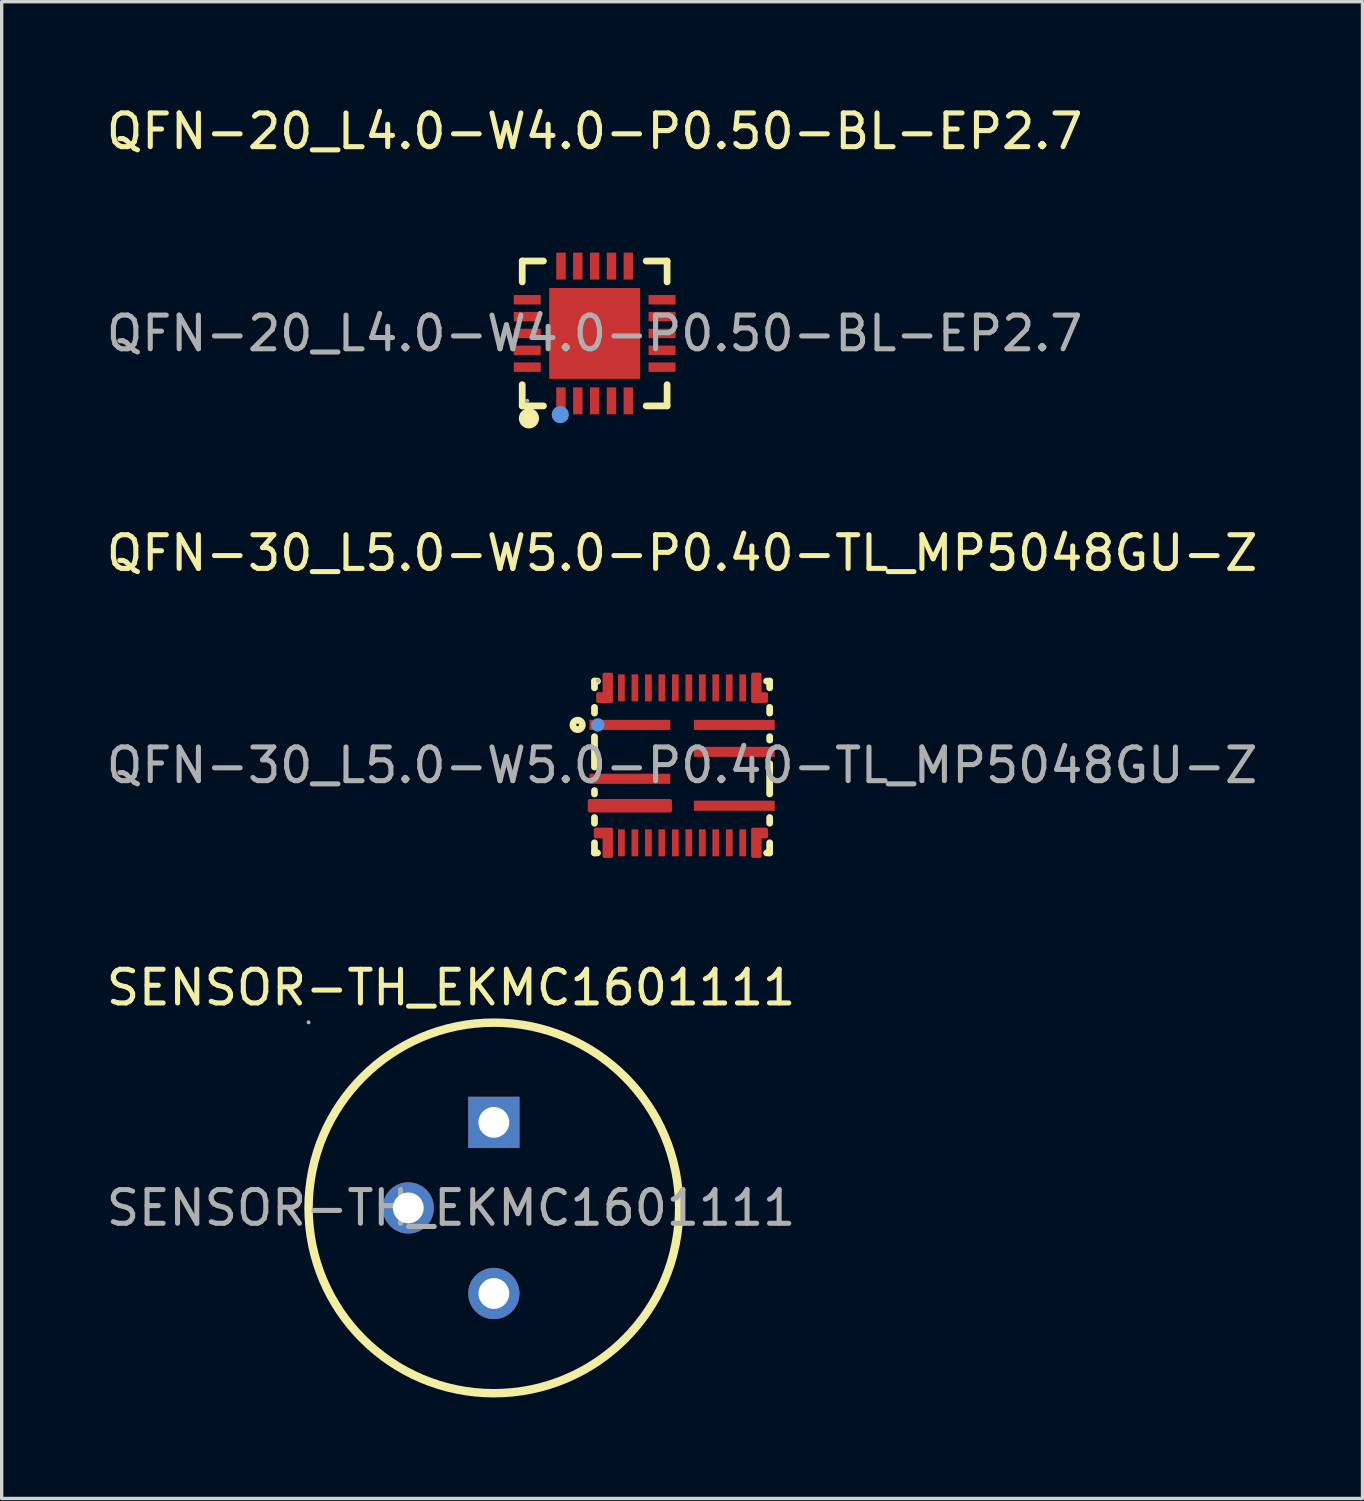
<source format=kicad_pcb>
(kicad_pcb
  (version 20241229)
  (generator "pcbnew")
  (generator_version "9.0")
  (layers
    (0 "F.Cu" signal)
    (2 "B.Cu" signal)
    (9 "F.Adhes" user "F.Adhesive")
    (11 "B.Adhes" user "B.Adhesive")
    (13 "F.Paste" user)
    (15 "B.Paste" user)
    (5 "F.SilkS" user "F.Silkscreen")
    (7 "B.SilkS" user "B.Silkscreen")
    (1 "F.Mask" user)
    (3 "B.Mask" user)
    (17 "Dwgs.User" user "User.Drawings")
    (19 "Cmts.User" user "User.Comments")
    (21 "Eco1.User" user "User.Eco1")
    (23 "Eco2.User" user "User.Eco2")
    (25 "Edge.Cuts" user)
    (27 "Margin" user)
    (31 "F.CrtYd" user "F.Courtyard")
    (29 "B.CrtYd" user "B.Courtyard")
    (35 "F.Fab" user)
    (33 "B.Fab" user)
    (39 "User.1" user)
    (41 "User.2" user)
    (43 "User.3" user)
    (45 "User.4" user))
  (footprint "QFN-20_L4.0-W4.0-P0.50-BL-EP2.7"
    (layer "F.Cu")
    (at 14.601 6.848)
    (property "Reference" "QFN-20_L4.0-W4.0-P0.50-BL-EP2.7" (at 0 -6 0) (layer "F.SilkS") (effects (font (size 1 1) (thickness 0.15))))
    (attr smd)
    (fp_line (start -2.15 -2.15) (end -2.15 -1.53) (stroke (width 0.2) (type solid)) (layer "F.SilkS"))
    (fp_line (start -2.15 2.15) (end -2.15 1.52) (stroke (width 0.2) (type solid)) (layer "F.SilkS"))
    (fp_line (start -1.52 -2.15) (end -2.15 -2.15) (stroke (width 0.2) (type solid)) (layer "F.SilkS"))
    (fp_line (start -1.52 2.15) (end -2.15 2.15) (stroke (width 0.2) (type solid)) (layer "F.SilkS"))
    (fp_line (start 1.53 2.15) (end 2.15 2.15) (stroke (width 0.2) (type solid)) (layer "F.SilkS"))
    (fp_line (start 2.15 -2.15) (end 1.53 -2.15) (stroke (width 0.2) (type solid)) (layer "F.SilkS"))
    (fp_line (start 2.15 -1.53) (end 2.15 -2.15) (stroke (width 0.2) (type solid)) (layer "F.SilkS"))
    (fp_line (start 2.15 2.15) (end 2.15 1.52) (stroke (width 0.2) (type solid)) (layer "F.SilkS"))
    (fp_arc (start -1.95 2.52) (mid -1.95 2.52) (end -1.95 2.52) (stroke (width 0.3) (type solid)) (layer "F.SilkS"))
    (fp_circle (center -1.02 2.41) (end -0.89 2.41) (stroke (width 0.25) (type solid)) (fill no) (layer "Cmts.User"))
    (fp_circle (center -2 2) (end -1.97 2) (stroke (width 0.06) (type solid)) (fill no) (layer "F.Fab"))
    (fp_text user "${REFERENCE}" (at 0 0 0) (layer "F.Fab") (effects (font (size 1 1) (thickness 0.15))))
    (pad "1" smd rect (at -1 2) (size 0.28 0.8) (layers "F.Cu" "F.Mask" "F.Paste"))
    (pad "2" smd rect (at -0.5 2) (size 0.28 0.8) (layers "F.Cu" "F.Mask" "F.Paste"))
    (pad "3" smd rect (at 0 2) (size 0.28 0.8) (layers "F.Cu" "F.Mask" "F.Paste"))
    (pad "4" smd rect (at 0.5 2) (size 0.28 0.8) (layers "F.Cu" "F.Mask" "F.Paste"))
    (pad "5" smd rect (at 1 2) (size 0.28 0.8) (layers "F.Cu" "F.Mask" "F.Paste"))
    (pad "6" smd rect (at 2 1) (size 0.8 0.28) (layers "F.Cu" "F.Mask" "F.Paste"))
    (pad "7" smd rect (at 2 0.5) (size 0.8 0.28) (layers "F.Cu" "F.Mask" "F.Paste"))
    (pad "8" smd rect (at 2 0) (size 0.8 0.28) (layers "F.Cu" "F.Mask" "F.Paste"))
    (pad "9" smd rect (at 2 -0.5) (size 0.8 0.28) (layers "F.Cu" "F.Mask" "F.Paste"))
    (pad "10" smd rect (at 2 -1) (size 0.8 0.28) (layers "F.Cu" "F.Mask" "F.Paste"))
    (pad "11" smd rect (at 1 -2) (size 0.28 0.8) (layers "F.Cu" "F.Mask" "F.Paste"))
    (pad "12" smd rect (at 0.5 -2) (size 0.28 0.8) (layers "F.Cu" "F.Mask" "F.Paste"))
    (pad "13" smd rect (at 0 -2) (size 0.28 0.8) (layers "F.Cu" "F.Mask" "F.Paste"))
    (pad "14" smd rect (at -0.5 -2) (size 0.28 0.8) (layers "F.Cu" "F.Mask" "F.Paste"))
    (pad "15" smd rect (at -1 -2) (size 0.28 0.8) (layers "F.Cu" "F.Mask" "F.Paste"))
    (pad "16" smd rect (at -2 -1) (size 0.8 0.28) (layers "F.Cu" "F.Mask" "F.Paste"))
    (pad "17" smd rect (at -2 -0.5) (size 0.8 0.28) (layers "F.Cu" "F.Mask" "F.Paste"))
    (pad "18" smd rect (at -2 0) (size 0.8 0.28) (layers "F.Cu" "F.Mask" "F.Paste"))
    (pad "19" smd rect (at -2 0.5) (size 0.8 0.28) (layers "F.Cu" "F.Mask" "F.Paste"))
    (pad "20" smd rect (at -2 1) (size 0.8 0.28) (layers "F.Cu" "F.Mask" "F.Paste"))
    (pad "21" smd rect (at 0 0) (size 2.7 2.7) (layers "F.Cu" "F.Mask" "F.Paste")))
  (footprint "SENSOR-TH_EKMC1601111"
    (layer "F.Cu")
    (at 10.339 32.805)
    (property "Reference" "SENSOR-TH_EKMC1601111" (at 0 -6.54 0) (layer "F.SilkS") (effects (font (size 1 1) (thickness 0.15))))
    (attr through_hole)
    (fp_circle (center 1.27 0) (end 6.77 0) (stroke (width 0.25) (type solid)) (fill no) (layer "F.SilkS"))
    (fp_circle (center -4.23 -5.51) (end -4.2 -5.51) (stroke (width 0.06) (type solid)) (fill no) (layer "F.Fab"))
    (fp_circle (center -1.27 0) (end -1.16 0) (stroke (width 0.22) (type solid)) (fill no) (layer "F.Fab"))
    (fp_circle (center 1.27 -2.54) (end 1.38 -2.54) (stroke (width 0.22) (type solid)) (fill no) (layer "F.Fab"))
    (fp_circle (center 1.27 2.54) (end 1.38 2.54) (stroke (width 0.22) (type solid)) (fill no) (layer "F.Fab"))
    (fp_text user "${REFERENCE}" (at 0 0 0) (layer "F.Fab") (effects (font (size 1 1) (thickness 0.15))))
    (pad "1" thru_hole rect (at 1.27 -2.54) (size 1.52 1.52) (drill 0.914) (layers "*.Cu" "*.Mask"))
    (pad "2" thru_hole circle (at -1.27 0) (size 1.52 1.52) (drill 0.914) (layers "*.Cu" "*.Mask"))
    (pad "3" thru_hole circle (at 1.27 2.54) (size 1.52 1.52) (drill 0.914) (layers "*.Cu" "*.Mask")))
  (footprint "QFN-30_L5.0-W5.0-P0.40-TL_MP5048GU-Z"
    (layer "F.Cu")
    (at 17.196 19.667)
    (property "Reference" "QFN-30_L5.0-W5.0-P0.40-TL_MP5048GU-Z" (at 0 -6.3 0) (layer "F.SilkS") (effects (font (size 1 1) (thickness 0.15))))
    (attr smd)
    (fp_line (start -2.6 -2.5) (end -2.51 -2.5) (stroke (width 0.2) (type solid)) (layer "F.SilkS"))
    (fp_line (start -2.6 -2.3) (end -2.6 -2.5) (stroke (width 0.2) (type solid)) (layer "F.SilkS"))
    (fp_line (start -2.6 -1.55) (end -2.6 -1.72) (stroke (width 0.2) (type solid)) (layer "F.SilkS"))
    (fp_line (start -2.6 0.05) (end -2.6 -0.85) (stroke (width 0.2) (type solid)) (layer "F.SilkS"))
    (fp_line (start -2.6 0.85) (end -2.6 0.75) (stroke (width 0.2) (type solid)) (layer "F.SilkS"))
    (fp_line (start -2.6 1.72) (end -2.6 1.55) (stroke (width 0.2) (type solid)) (layer "F.SilkS"))
    (fp_line (start -2.6 2.6) (end -2.6 2.3) (stroke (width 0.2) (type solid)) (layer "F.SilkS"))
    (fp_line (start -2.51 2.6) (end -2.6 2.6) (stroke (width 0.2) (type solid)) (layer "F.SilkS"))
    (fp_line (start 2.51 -2.5) (end 2.6 -2.5) (stroke (width 0.2) (type solid)) (layer "F.SilkS"))
    (fp_line (start 2.6 -2.5) (end 2.6 -2.3) (stroke (width 0.2) (type solid)) (layer "F.SilkS"))
    (fp_line (start 2.6 -1.72) (end 2.6 -1.55) (stroke (width 0.2) (type solid)) (layer "F.SilkS"))
    (fp_line (start 2.6 -0.85) (end 2.6 -0.75) (stroke (width 0.2) (type solid)) (layer "F.SilkS"))
    (fp_line (start 2.6 -0.05) (end 2.6 0.85) (stroke (width 0.2) (type solid)) (layer "F.SilkS"))
    (fp_line (start 2.6 1.55) (end 2.6 1.72) (stroke (width 0.2) (type solid)) (layer "F.SilkS"))
    (fp_line (start 2.6 2.3) (end 2.6 2.6) (stroke (width 0.2) (type solid)) (layer "F.SilkS"))
    (fp_line (start 2.6 2.6) (end 2.51 2.6) (stroke (width 0.2) (type solid)) (layer "F.SilkS"))
    (fp_circle (center -3.1 -1.2) (end -2.96 -1.2) (stroke (width 0.2) (type solid)) (fill no) (layer "F.SilkS"))
    (fp_circle (center -2.5 -1.2) (end -2.4 -1.2) (stroke (width 0.2) (type solid)) (fill no) (layer "Cmts.User"))
    (fp_circle (center -2.5 -2.51) (end -2.47 -2.51) (stroke (width 0.06) (type solid)) (fill no) (layer "F.Fab"))
    (fp_text user "${REFERENCE}" (at 0 0 0) (layer "F.Fab") (effects (font (size 1 1) (thickness 0.15))))
    (pad "1" smd rect (at -1.55 -1.2) (size 2.4 0.3) (layers "F.Cu" "F.Mask" "F.Paste"))
    (pad "2" smd rect (at -1.55 0.4) (size 2.4 0.3) (layers "F.Cu" "F.Mask" "F.Paste"))
    (pad "3" smd custom (at -1.55 1.2) (size 0.01 0.01) (layers "F.Cu" "F.Mask" "F.Paste") (options (anchor circle)) (primitives (gr_poly (pts (xy -1.2 -0.15) (xy 1.2 -0.15) (xy 1.2 0.15) (xy -1.2 0.15)) (width 0.1) (fill yes))))
    (pad "4" smd custom (at -2.3 2.3) (size 0.01 0.01) (layers "F.Cu" "F.Mask" "F.Paste") (options (anchor circle)) (primitives (gr_poly (pts (xy -0.01 0.21) (xy -0.01 -0.18) (xy -0.27 -0.18) (xy -0.27 -0.4) (xy 0.2 -0.4) (xy 0.2 0.4) (xy -0.01 0.4)) (width 0.1) (fill yes))))
    (pad "5" smd rect (at -1.8 2.3 90) (size 0.8 0.2) (layers "F.Cu" "F.Mask" "F.Paste"))
    (pad "6" smd rect (at -1.4 2.3 90) (size 0.8 0.2) (layers "F.Cu" "F.Mask" "F.Paste"))
    (pad "7" smd rect (at -1 2.3 90) (size 0.8 0.2) (layers "F.Cu" "F.Mask" "F.Paste"))
    (pad "8" smd rect (at -0.6 2.3 90) (size 0.8 0.2) (layers "F.Cu" "F.Mask" "F.Paste"))
    (pad "9" smd rect (at -0.2 2.3 90) (size 0.8 0.2) (layers "F.Cu" "F.Mask" "F.Paste"))
    (pad "10" smd rect (at 0.2 2.3 90) (size 0.8 0.2) (layers "F.Cu" "F.Mask" "F.Paste"))
    (pad "11" smd rect (at 0.6 2.3 90) (size 0.8 0.2) (layers "F.Cu" "F.Mask" "F.Paste"))
    (pad "12" smd rect (at 1 2.3 90) (size 0.8 0.2) (layers "F.Cu" "F.Mask" "F.Paste"))
    (pad "13" smd rect (at 1.4 2.3 90) (size 0.8 0.2) (layers "F.Cu" "F.Mask" "F.Paste"))
    (pad "14" smd rect (at 1.8 2.3 90) (size 0.8 0.2) (layers "F.Cu" "F.Mask" "F.Paste"))
    (pad "15" smd custom (at 2.3 2.3) (size 0.01 0.01) (layers "F.Cu" "F.Mask" "F.Paste") (options (anchor circle)) (primitives (gr_poly (pts (xy 0.01 0.21) (xy 0.01 -0.18) (xy 0.2 -0.18) (xy 0.2 -0.4) (xy -0.2 -0.4) (xy -0.2 0.4) (xy 0.01 0.4)) (width 0.1) (fill yes))))
    (pad "16" smd rect (at 1.55 1.2 180) (size 2.4 0.3) (layers "F.Cu" "F.Mask" "F.Paste"))
    (pad "17" smd rect (at 1.55 -0.4 180) (size 2.4 0.3) (layers "F.Cu" "F.Mask" "F.Paste"))
    (pad "18" smd rect (at 1.55 -1.2 180) (size 2.4 0.3) (layers "F.Cu" "F.Mask" "F.Paste"))
    (pad "19" smd custom (at 2.3 -2.3) (size 0.01 0.01) (layers "F.Cu" "F.Mask" "F.Paste") (options (anchor circle)) (primitives (gr_poly (pts (xy 0.01 -0.21) (xy 0.01 0.18) (xy 0.2 0.18) (xy 0.2 0.4) (xy -0.2 0.4) (xy -0.2 -0.4) (xy 0.01 -0.4)) (width 0.1) (fill yes))))
    (pad "20" smd rect (at 1.8 -2.3 270) (size 0.8 0.2) (layers "F.Cu" "F.Mask" "F.Paste"))
    (pad "21" smd rect (at 1.4 -2.3 270) (size 0.8 0.2) (layers "F.Cu" "F.Mask" "F.Paste"))
    (pad "22" smd rect (at 1 -2.3 270) (size 0.8 0.2) (layers "F.Cu" "F.Mask" "F.Paste"))
    (pad "23" smd rect (at 0.6 -2.3 270) (size 0.8 0.2) (layers "F.Cu" "F.Mask" "F.Paste"))
    (pad "24" smd rect (at 0.2 -2.3 270) (size 0.8 0.2) (layers "F.Cu" "F.Mask" "F.Paste"))
    (pad "25" smd rect (at -0.2 -2.3 270) (size 0.8 0.2) (layers "F.Cu" "F.Mask" "F.Paste"))
    (pad "26" smd rect (at -0.6 -2.3 270) (size 0.8 0.2) (layers "F.Cu" "F.Mask" "F.Paste"))
    (pad "27" smd rect (at -1 -2.3 270) (size 0.8 0.2) (layers "F.Cu" "F.Mask" "F.Paste"))
    (pad "28" smd rect (at -1.4 -2.3 270) (size 0.8 0.2) (layers "F.Cu" "F.Mask" "F.Paste"))
    (pad "29" smd rect (at -1.8 -2.3 270) (size 0.8 0.2) (layers "F.Cu" "F.Mask" "F.Paste"))
    (pad "30" smd custom (at -2.3 -2.3) (size 0.01 0.01) (layers "F.Cu" "F.Mask" "F.Paste") (options (anchor circle)) (primitives (gr_poly (pts (xy -0.01 -0.21) (xy -0.01 0.18) (xy -0.2 0.18) (xy -0.2 0.4) (xy 0.2 0.4) (xy 0.2 -0.4) (xy -0.01 -0.4)) (width 0.1) (fill yes)))))
  (gr_rect
    (start -3 -3)
    (end 37.393 41.43)
    (stroke (width 0.1) (type default))
    (fill no)
    (layer "Edge.Cuts")))
</source>
